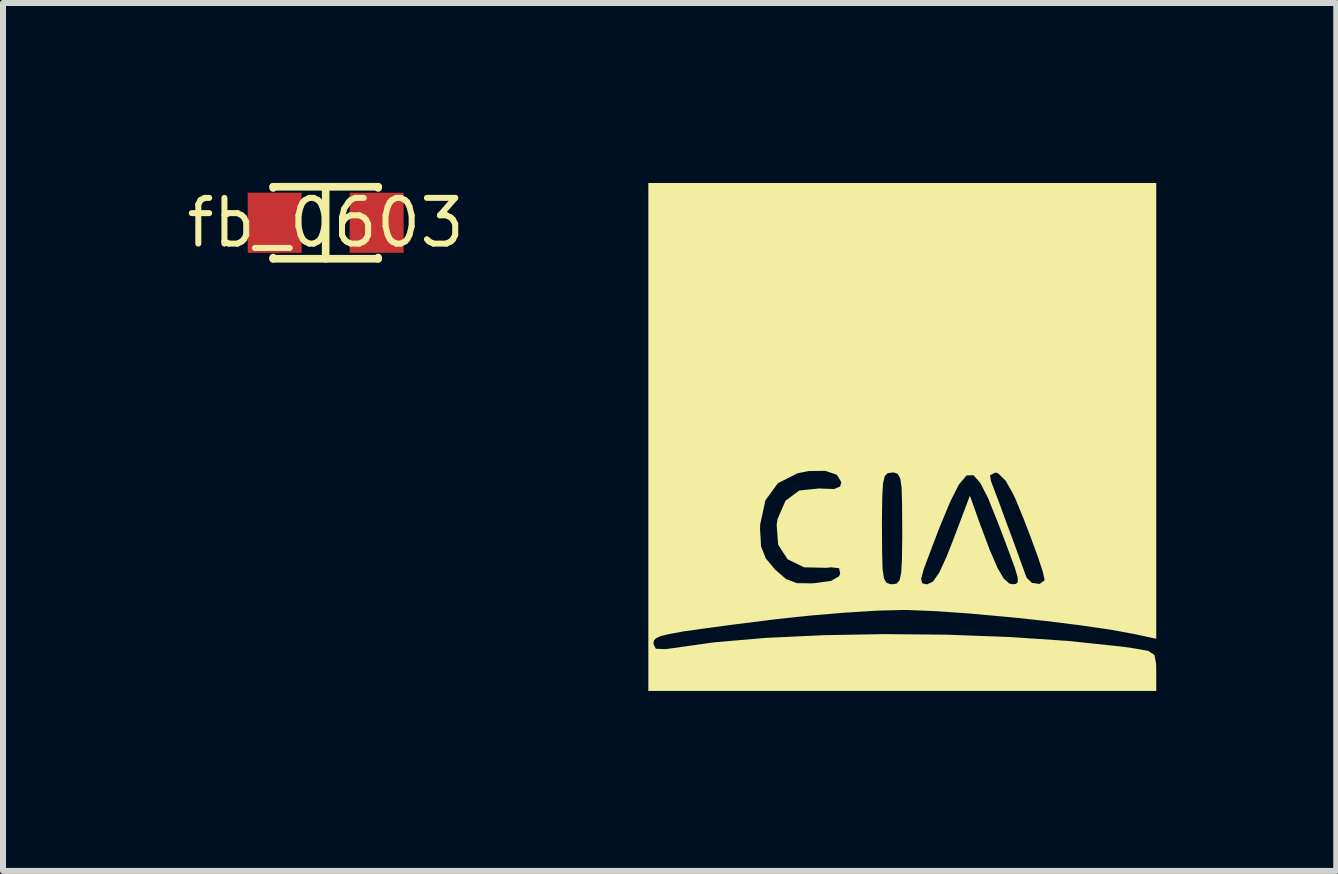
<source format=kicad_pcb>
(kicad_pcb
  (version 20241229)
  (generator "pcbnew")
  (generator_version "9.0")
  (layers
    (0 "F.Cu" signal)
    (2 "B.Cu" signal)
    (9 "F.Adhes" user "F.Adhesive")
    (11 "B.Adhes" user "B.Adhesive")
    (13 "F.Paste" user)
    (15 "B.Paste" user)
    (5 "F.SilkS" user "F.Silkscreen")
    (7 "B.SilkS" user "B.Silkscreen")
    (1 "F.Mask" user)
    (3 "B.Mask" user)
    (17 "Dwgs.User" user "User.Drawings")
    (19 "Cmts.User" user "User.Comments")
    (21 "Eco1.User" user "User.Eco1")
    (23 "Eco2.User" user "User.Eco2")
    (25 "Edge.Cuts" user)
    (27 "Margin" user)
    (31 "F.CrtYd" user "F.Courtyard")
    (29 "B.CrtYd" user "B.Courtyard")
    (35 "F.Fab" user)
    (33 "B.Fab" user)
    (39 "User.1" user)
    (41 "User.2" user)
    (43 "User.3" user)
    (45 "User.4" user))
  (footprint "logo_ciaa_lp"
    (layer "F.Cu")
    (at 11.988 4.232)
    (property "Reference" "logo_ciaa_lp" (at 0 0 0) (layer "F.SilkS") (effects (font (size 0.762 0.762) (thickness 0.1))))
    (attr through_hole)
    (fp_poly (pts (xy 4.234 4.234) (xy 0 4.234) (xy -4.232 4.234) (xy -4.232 0) (xy -4.232 -4.232) (xy 0 -4.232) (xy 4.234 -4.232) (xy 4.234 -0.434) (xy 4.234 3.365) (xy 3.873 3.287) (xy 3.472 3.213) (xy 2.946 3.137) (xy 2.372 3.066) (xy 2.372 2.375) (xy 2.342 2.245) (xy 2.263 2.004) (xy 2.149 1.694) (xy 2.022 1.361) (xy 1.892 1.046) (xy 1.849 0.953) (xy 1.725 0.732) (xy 1.598 0.607) (xy 1.554 0.594) (xy 1.463 0.64) (xy 1.481 0.742) (xy 1.532 0.876) (xy 1.626 1.125) (xy 1.74 1.438) (xy 1.862 1.765) (xy 1.971 2.068) (xy 2.052 2.291) (xy 2.075 2.349) (xy 2.162 2.433) (xy 2.289 2.451) (xy 2.367 2.395) (xy 2.372 2.375) (xy 2.372 3.066) (xy 2.344 3.063) (xy 1.928 3.018) (xy 1.928 2.421) (xy 1.923 2.339) (xy 1.877 2.182) (xy 1.783 1.925) (xy 1.638 1.542) (xy 1.582 1.397) (xy 1.43 1.019) (xy 1.3 0.765) (xy 1.186 0.638) (xy 1.072 0.643) (xy 0.947 0.79) (xy 0.8 1.079) (xy 0.617 1.521) (xy 0.462 1.928) (xy 0.358 2.207) (xy 0.315 2.367) (xy 0.33 2.438) (xy 0.396 2.456) (xy 0.417 2.456) (xy 0.511 2.413) (xy 0.615 2.266) (xy 0.739 1.996) (xy 0.848 1.72) (xy 1.128 0.98) (xy 1.293 1.443) (xy 1.458 1.882) (xy 1.587 2.182) (xy 1.692 2.362) (xy 1.783 2.443) (xy 1.834 2.456) (xy 1.895 2.451) (xy 1.928 2.421) (xy 1.928 3.018) (xy 1.709 2.997) (xy 1.09 2.941) (xy 0.531 2.903) (xy 0.079 2.885) (xy 0 2.885) (xy 0 1.699) (xy 0 1.524) (xy -0.003 1.118) (xy -0.01 0.848) (xy -0.033 0.693) (xy -0.074 0.617) (xy -0.137 0.594) (xy -0.168 0.594) (xy -0.244 0.605) (xy -0.292 0.655) (xy -0.32 0.777) (xy -0.333 0.998) (xy -0.338 1.349) (xy -0.338 1.524) (xy -0.335 1.933) (xy -0.328 2.2) (xy -0.305 2.357) (xy -0.264 2.431) (xy -0.201 2.454) (xy -0.168 2.456) (xy -0.094 2.446) (xy -0.046 2.393) (xy -0.018 2.271) (xy -0.005 2.05) (xy 0 1.699) (xy 0 2.885) (xy -0.419 2.896) (xy -0.945 2.929) (xy -1.016 2.934) (xy -1.016 0.754) (xy -1.09 0.63) (xy -1.283 0.566) (xy -1.554 0.569) (xy -1.742 0.605) (xy -2.073 0.772) (xy -2.281 1.059) (xy -2.367 1.455) (xy -2.37 1.542) (xy -2.352 1.829) (xy -2.273 2.027) (xy -2.118 2.212) (xy -1.935 2.37) (xy -1.755 2.438) (xy -1.501 2.441) (xy -1.463 2.438) (xy -1.186 2.4) (xy -1.054 2.324) (xy -1.034 2.278) (xy -1.052 2.189) (xy -1.184 2.174) (xy -1.265 2.182) (xy -1.636 2.174) (xy -1.91 2.04) (xy -2.068 1.798) (xy -2.093 1.466) (xy -2.078 1.369) (xy -1.946 1.064) (xy -1.717 0.894) (xy -1.384 0.859) (xy -1.359 0.861) (xy -1.133 0.869) (xy -1.034 0.826) (xy -1.016 0.754) (xy -1.016 2.934) (xy -1.519 2.977) (xy -2.075 3.035) (xy -2.2 3.051) (xy -2.822 3.129) (xy -3.294 3.193) (xy -3.64 3.241) (xy -3.876 3.284) (xy -4.026 3.32) (xy -4.107 3.358) (xy -4.14 3.399) (xy -4.148 3.447) (xy -4.148 3.449) (xy -4.107 3.531) (xy -3.955 3.538) (xy -3.873 3.528) (xy -3.137 3.424) (xy -2.273 3.35) (xy -1.311 3.305) (xy -0.292 3.287) (xy 0.752 3.297) (xy 1.781 3.335) (xy 2.764 3.401) (xy 3.658 3.495) (xy 3.873 3.526) (xy 4.1 3.566) (xy 4.204 3.635) (xy 4.232 3.782) (xy 4.234 3.904) (xy 4.234 4.234)) (stroke (width 0) (type solid)) (fill yes) (layer "F.SilkS")))
  (footprint "fb_0603"
    (layer "F.Cu")
    (at 2.378 0.663)
    (property "Reference" "fb_0603" (at 0 0 0) (layer "F.SilkS") (effects (font (size 0.762 0.762) (thickness 0.1))))
    (attr through_hole)
    (fp_poly (pts (xy -1.45 0.65) (xy -0.25 0.65) (xy -0.25 -0.65) (xy -1.45 -0.65)) (stroke (width 0) (type solid)) (fill yes) (layer "F.Mask"))
    (fp_poly (pts (xy 0.25 0.65) (xy 1.45 0.65) (xy 1.45 -0.65) (xy 0.25 -0.65)) (stroke (width 0) (type solid)) (fill yes) (layer "F.Mask"))
    (fp_line (start -0.875 -0.58) (end -0.875 -0.6) (stroke (width 0.127) (type solid)) (layer "F.SilkS"))
    (fp_line (start -0.875 0.6) (end -0.875 0.58) (stroke (width 0.127) (type solid)) (layer "F.SilkS"))
    (fp_line (start -0.875 0.6) (end 0.875 0.6) (stroke (width 0.127) (type solid)) (layer "F.SilkS"))
    (fp_line (start 0 -0.6) (end 0 0.6) (stroke (width 0.127) (type solid)) (layer "F.SilkS"))
    (fp_line (start 0.875 -0.6) (end -0.875 -0.6) (stroke (width 0.127) (type solid)) (layer "F.SilkS"))
    (fp_line (start 0.875 -0.6) (end 0.875 -0.58) (stroke (width 0.127) (type solid)) (layer "F.SilkS"))
    (fp_line (start 0.875 0.58) (end 0.875 0.6) (stroke (width 0.127) (type solid)) (layer "F.SilkS"))
    (pad "1" smd rect (at -0.85 0) (size 0.899 1.001) (layers "F.Cu" "F.Paste"))
    (pad "2" smd rect (at 0.85 0) (size 0.899 1.001) (layers "F.Cu" "F.Paste")))
  (gr_rect
    (start -3 -3)
    (end 19.222 11.466)
    (stroke (width 0.1) (type default))
    (fill no)
    (layer "Edge.Cuts")))
</source>
